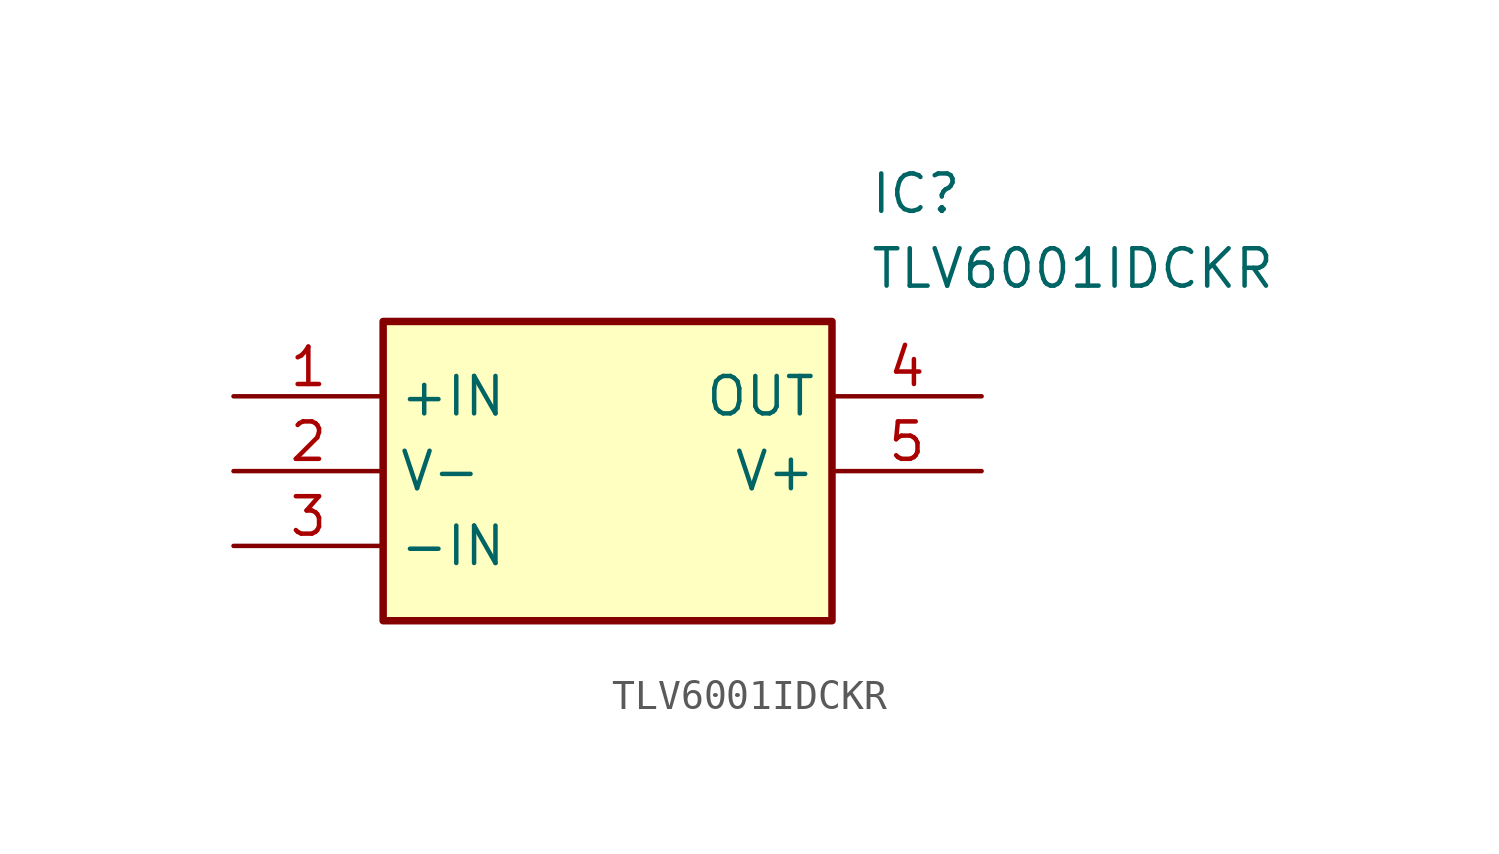
<source format=kicad_sym>
(kicad_symbol_lib
  (version 20211014)
  (generator SamacSys_ECAD_Model)
  (symbol "TLV6001IDCKR"
    (property "Reference" "IC"
      (at 21.59 7.62 0)
      (effects (font (size 1.27 1.27)) (justify left top)))
    (property "Value" "TLV6001IDCKR"
      (at 21.59 5.08 0)
      (effects (font (size 1.27 1.27)) (justify left top)))
    (rectangle
      (start 5.08 2.54)
      (end 20.32 -7.62)
      (stroke (width 0.254) (type default))
      (fill (type background)))
    (pin passive line
      (at 0 0 0)
      (length 5.08)
      (name "+IN" (effects (font (size 1.27 1.27))))
      (number "1" (effects (font (size 1.27 1.27)))))
    (pin passive line
      (at 0 -2.54 0)
      (length 5.08)
      (name "V-" (effects (font (size 1.27 1.27))))
      (number "2" (effects (font (size 1.27 1.27)))))
    (pin passive line
      (at 0 -5.08 0)
      (length 5.08)
      (name "-IN" (effects (font (size 1.27 1.27))))
      (number "3" (effects (font (size 1.27 1.27)))))
    (pin passive line
      (at 25.4 0 180)
      (length 5.08)
      (name "OUT" (effects (font (size 1.27 1.27))))
      (number "4" (effects (font (size 1.27 1.27)))))
    (pin passive line
      (at 25.4 -2.54 180)
      (length 5.08)
      (name "V+" (effects (font (size 1.27 1.27))))
      (number "5" (effects (font (size 1.27 1.27)))))))
</source>
